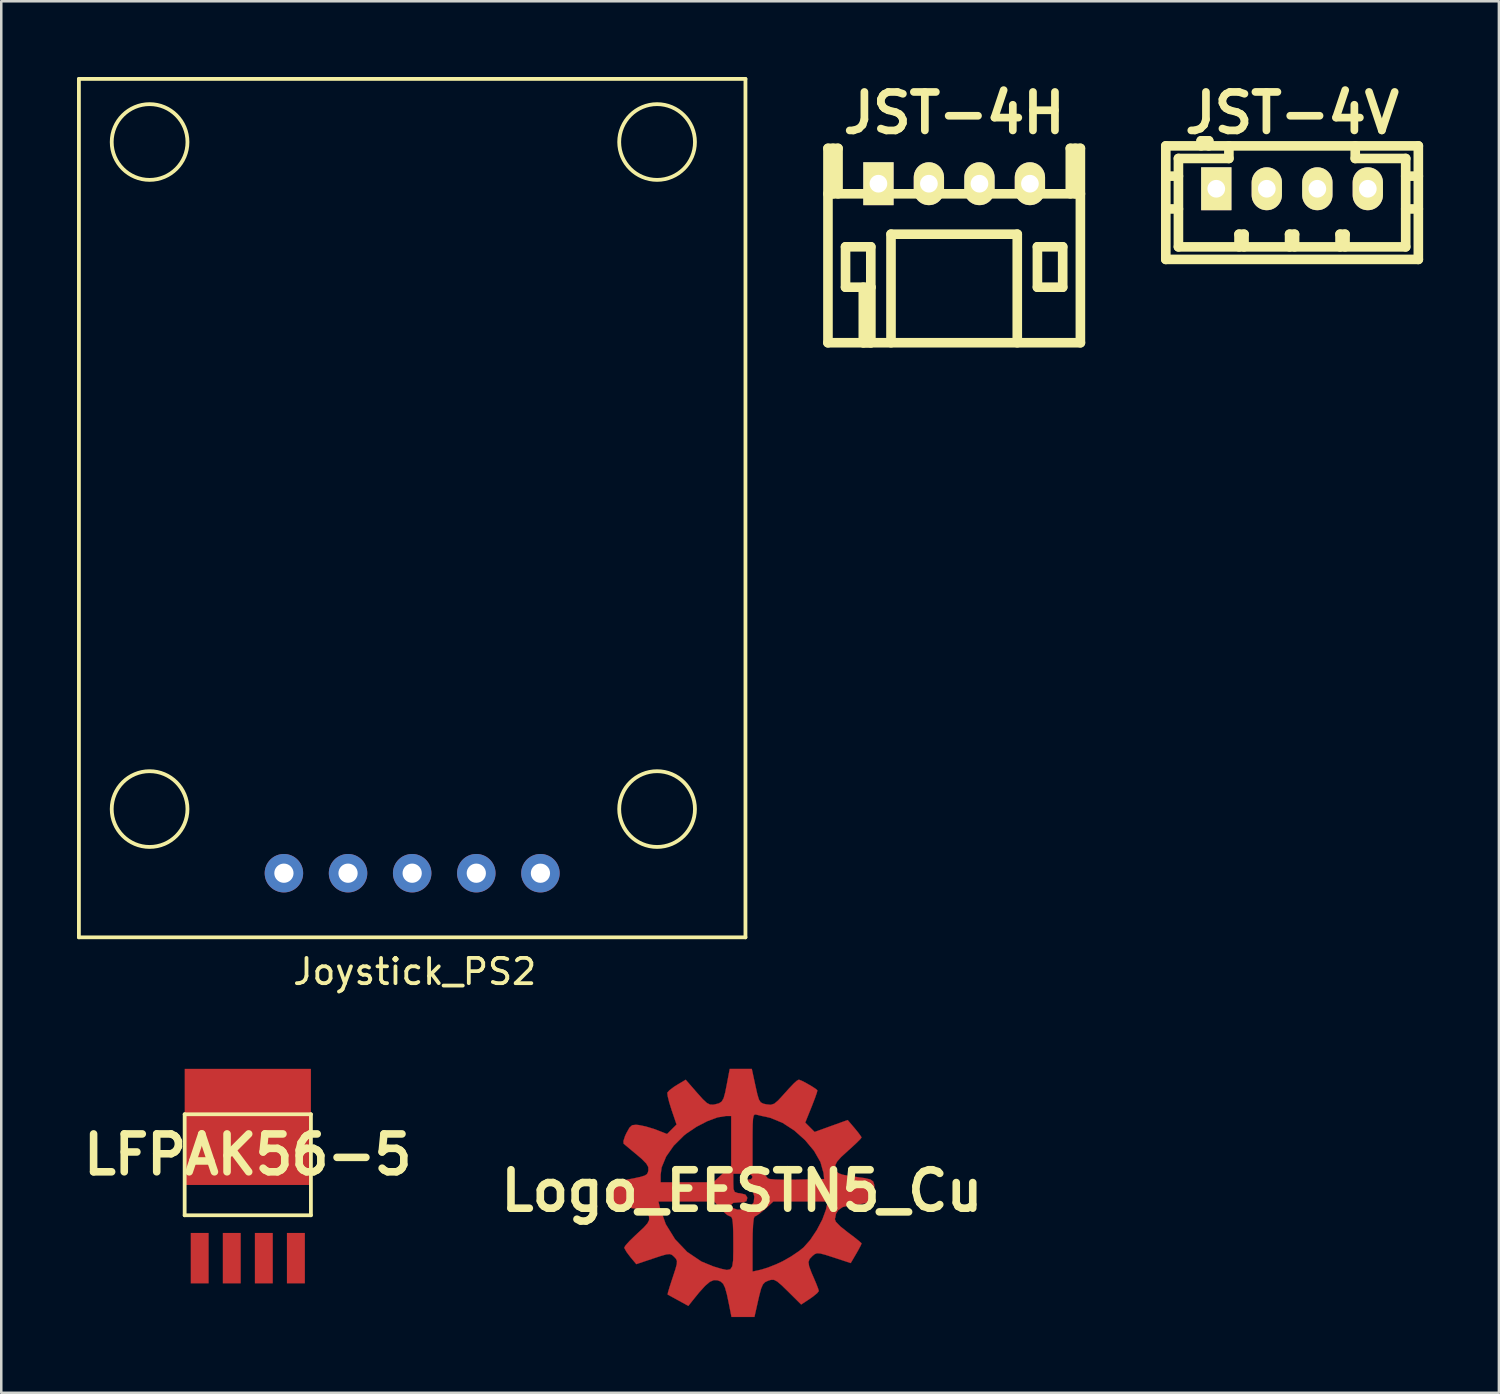
<source format=kicad_pcb>
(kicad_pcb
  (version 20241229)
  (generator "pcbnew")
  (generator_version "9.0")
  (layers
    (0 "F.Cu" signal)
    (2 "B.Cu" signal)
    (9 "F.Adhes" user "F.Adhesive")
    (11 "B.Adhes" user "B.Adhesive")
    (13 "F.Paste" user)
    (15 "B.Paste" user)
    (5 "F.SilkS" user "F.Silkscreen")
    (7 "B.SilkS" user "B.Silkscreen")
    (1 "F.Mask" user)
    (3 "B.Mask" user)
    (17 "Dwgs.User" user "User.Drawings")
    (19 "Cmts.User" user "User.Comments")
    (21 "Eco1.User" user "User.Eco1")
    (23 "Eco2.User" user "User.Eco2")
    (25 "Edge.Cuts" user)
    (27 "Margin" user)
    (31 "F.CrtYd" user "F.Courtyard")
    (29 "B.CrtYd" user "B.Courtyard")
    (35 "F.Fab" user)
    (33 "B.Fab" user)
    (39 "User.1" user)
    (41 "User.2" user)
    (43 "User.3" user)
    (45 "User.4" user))
  (footprint "JST-4V"
    (layer "F.Cu")
    (at 48.125 4.426)
    (property "Reference" "JST-4V" (at 0 -3 0) (layer "F.SilkS") (effects (font (size 1.524 1.524) (thickness 0.305))))
    (attr through_hole)
    (fp_line (start -5.001 -1.699) (end -5.001 2.799) (stroke (width 0.381) (type solid)) (layer "F.SilkS"))
    (fp_line (start -5.001 -1.699) (end 5.001 -1.699) (stroke (width 0.381) (type solid)) (layer "F.SilkS"))
    (fp_line (start -5.001 2.799) (end 5.001 2.799) (stroke (width 0.381) (type solid)) (layer "F.SilkS"))
    (fp_line (start -4.501 -1.199) (end -4.501 2.301) (stroke (width 0.381) (type solid)) (layer "F.SilkS"))
    (fp_line (start -4.501 -0.5) (end -5.001 -0.5) (stroke (width 0.381) (type solid)) (layer "F.SilkS"))
    (fp_line (start -4.501 0.8) (end -5.001 0.8) (stroke (width 0.381) (type solid)) (layer "F.SilkS"))
    (fp_line (start -3.602 -1.9) (end -3.602 -1.699) (stroke (width 0.381) (type solid)) (layer "F.SilkS"))
    (fp_line (start -3.302 -1.9) (end -3.602 -1.9) (stroke (width 0.381) (type solid)) (layer "F.SilkS"))
    (fp_line (start -3.302 -1.699) (end -3.302 -1.9) (stroke (width 0.381) (type solid)) (layer "F.SilkS"))
    (fp_line (start -2.502 -1.699) (end -2.502 -1.199) (stroke (width 0.381) (type solid)) (layer "F.SilkS"))
    (fp_line (start -2.502 -1.199) (end -4.501 -1.199) (stroke (width 0.381) (type solid)) (layer "F.SilkS"))
    (fp_line (start -2.101 1.801) (end -1.902 1.801) (stroke (width 0.381) (type solid)) (layer "F.SilkS"))
    (fp_line (start -2.101 2.301) (end -2.101 1.801) (stroke (width 0.381) (type solid)) (layer "F.SilkS"))
    (fp_line (start -1.902 1.801) (end -1.902 2.301) (stroke (width 0.381) (type solid)) (layer "F.SilkS"))
    (fp_line (start -0.099 1.801) (end 0.099 1.801) (stroke (width 0.381) (type solid)) (layer "F.SilkS"))
    (fp_line (start -0.099 2.301) (end -0.099 1.801) (stroke (width 0.381) (type solid)) (layer "F.SilkS"))
    (fp_line (start 0.099 1.801) (end 0.099 2.301) (stroke (width 0.381) (type solid)) (layer "F.SilkS"))
    (fp_line (start 1.9 1.801) (end 2.098 1.801) (stroke (width 0.381) (type solid)) (layer "F.SilkS"))
    (fp_line (start 1.9 2.301) (end 1.9 1.801) (stroke (width 0.381) (type solid)) (layer "F.SilkS"))
    (fp_line (start 2.098 1.801) (end 2.098 2.301) (stroke (width 0.381) (type solid)) (layer "F.SilkS"))
    (fp_line (start 2.502 -1.199) (end 2.502 -1.699) (stroke (width 0.381) (type solid)) (layer "F.SilkS"))
    (fp_line (start 4.501 -1.199) (end 2.502 -1.199) (stroke (width 0.381) (type solid)) (layer "F.SilkS"))
    (fp_line (start 4.501 0.8) (end 5.001 0.8) (stroke (width 0.381) (type solid)) (layer "F.SilkS"))
    (fp_line (start 4.501 2.301) (end -4.501 2.301) (stroke (width 0.381) (type solid)) (layer "F.SilkS"))
    (fp_line (start 4.501 2.301) (end 4.501 -1.199) (stroke (width 0.381) (type solid)) (layer "F.SilkS"))
    (fp_line (start 5.001 -1.699) (end 5.001 2.799) (stroke (width 0.381) (type solid)) (layer "F.SilkS"))
    (fp_line (start 5.001 -0.5) (end 4.501 -0.5) (stroke (width 0.381) (type solid)) (layer "F.SilkS"))
    (pad "1" thru_hole rect (at -3.002 0) (size 1.199 1.699) (drill 0.701) (layers "*.Cu" "*.Mask" "F.SilkS"))
    (pad "2" thru_hole oval (at -1.001 0) (size 1.199 1.699) (drill 0.701) (layers "*.Cu" "*.Mask" "F.SilkS"))
    (pad "3" thru_hole oval (at 1.001 0) (size 1.199 1.699) (drill 0.701) (layers "*.Cu" "*.Mask" "F.SilkS"))
    (pad "4" thru_hole oval (at 3 0) (size 1.199 1.699) (drill 0.701) (layers "*.Cu" "*.Mask" "F.SilkS")))
  (footprint "LFPAK56-5"
    (layer "F.Cu")
    (at 6.764 43.083)
    (property "Reference" "LFPAK56-5" (at 0 -0.4 0) (layer "F.SilkS") (effects (font (size 1.5 1.5) (thickness 0.3))))
    (attr through_hole)
    (fp_line (start -2.5 -2) (end -2.5 2) (stroke (width 0.15) (type solid)) (layer "F.SilkS"))
    (fp_line (start -2.5 2) (end 2.5 2) (stroke (width 0.15) (type solid)) (layer "F.SilkS"))
    (fp_line (start 2.5 -2) (end -2.5 -2) (stroke (width 0.15) (type solid)) (layer "F.SilkS"))
    (fp_line (start 2.5 -2) (end 2.5 2) (stroke (width 0.15) (type solid)) (layer "F.SilkS"))
    (pad "1" smd rect (at -1.905 3.7) (size 0.711 2) (layers "F.Cu" "F.Mask" "F.Paste"))
    (pad "2" smd rect (at -0.635 3.7) (size 0.711 2) (layers "F.Cu" "F.Mask" "F.Paste"))
    (pad "3" smd rect (at 0.635 3.7) (size 0.711 2) (layers "F.Cu" "F.Mask" "F.Paste"))
    (pad "4" smd rect (at 1.905 3.7) (size 0.711 2) (layers "F.Cu" "F.Mask" "F.Paste"))
    (pad "5" smd rect (at 0 -1.5) (size 5 4.6) (layers "F.Cu" "F.Mask" "F.Paste")))
  (footprint "Joystick_PS2"
    (layer "F.Cu")
    (at 13.275 31.535)
    (property "Reference" "Joystick_PS2" (at 0.1 3.9 0) (layer "F.SilkS") (effects (font (size 1 1) (thickness 0.15))))
    (attr through_hole)
    (fp_line (start -13.2 -31.46) (end -13.2 2.54) (stroke (width 0.15) (type solid)) (layer "F.SilkS"))
    (fp_line (start -13.2 2.54) (end 13.2 2.54) (stroke (width 0.15) (type solid)) (layer "F.SilkS"))
    (fp_line (start 13.2 -31.46) (end -13.2 -31.46) (stroke (width 0.15) (type solid)) (layer "F.SilkS"))
    (fp_line (start 13.2 2.54) (end 13.2 -31.46) (stroke (width 0.15) (type solid)) (layer "F.SilkS"))
    (fp_circle (center -10.4 -28.96) (end -8.9 -28.96) (stroke (width 0.15) (type solid)) (fill no) (layer "F.SilkS"))
    (fp_circle (center -10.4 -2.54) (end -8.9 -2.54) (stroke (width 0.15) (type solid)) (fill no) (layer "F.SilkS"))
    (fp_circle (center 9.7 -28.96) (end 11.2 -28.96) (stroke (width 0.15) (type solid)) (fill no) (layer "F.SilkS"))
    (fp_circle (center 9.7 -2.54) (end 11.2 -2.54) (stroke (width 0.15) (type solid)) (fill no) (layer "F.SilkS"))
    (pad "1" thru_hole circle (at -5.08 0) (size 1.524 1.524) (drill 0.762) (layers "*.Cu" "*.Mask"))
    (pad "2" thru_hole circle (at -2.54 0) (size 1.524 1.524) (drill 0.762) (layers "*.Cu" "*.Mask"))
    (pad "3" thru_hole circle (at 0 0) (size 1.524 1.524) (drill 0.762) (layers "*.Cu" "*.Mask"))
    (pad "4" thru_hole circle (at 2.54 0) (size 1.524 1.524) (drill 0.762) (layers "*.Cu" "*.Mask"))
    (pad "5" thru_hole circle (at 5.08 0) (size 1.524 1.524) (drill 0.762) (layers "*.Cu" "*.Mask")))
  (footprint "JST-4H"
    (layer "F.Cu")
    (at 34.742 4.226)
    (property "Reference" "JST-4H" (at 0 -2.799 0) (layer "F.SilkS") (effects (font (size 1.524 1.524) (thickness 0.305))))
    (attr through_hole)
    (fp_line (start -5.001 0.399) (end 5.001 0.399) (stroke (width 0.381) (type solid)) (layer "F.SilkS"))
    (fp_line (start -5.001 6.299) (end 5.001 6.299) (stroke (width 0.381) (type solid)) (layer "F.SilkS"))
    (fp_line (start -4.999 -1.4) (end -4.999 6.299) (stroke (width 0.381) (type solid)) (layer "F.SilkS"))
    (fp_line (start -4.798 -1.4) (end -4.798 0.399) (stroke (width 0.381) (type solid)) (layer "F.SilkS"))
    (fp_line (start -4.6 -1.4) (end -4.999 -1.4) (stroke (width 0.381) (type solid)) (layer "F.SilkS"))
    (fp_line (start -4.6 0.399) (end -4.6 -1.4) (stroke (width 0.381) (type solid)) (layer "F.SilkS"))
    (fp_line (start -4.303 2.499) (end -3.302 2.499) (stroke (width 0.381) (type solid)) (layer "F.SilkS"))
    (fp_line (start -4.303 4.1) (end -4.303 2.499) (stroke (width 0.381) (type solid)) (layer "F.SilkS"))
    (fp_line (start -3.599 6.299) (end -3.599 4.1) (stroke (width 0.381) (type solid)) (layer "F.SilkS"))
    (fp_line (start -3.302 2.499) (end -3.302 4.1) (stroke (width 0.381) (type solid)) (layer "F.SilkS"))
    (fp_line (start -3.302 4.1) (end -4.303 4.1) (stroke (width 0.381) (type solid)) (layer "F.SilkS"))
    (fp_line (start -3.299 4.1) (end -3.299 6.299) (stroke (width 0.381) (type solid)) (layer "F.SilkS"))
    (fp_line (start -3.299 6.299) (end -3.599 6.299) (stroke (width 0.381) (type solid)) (layer "F.SilkS"))
    (fp_line (start -2.502 1.999) (end -2.502 6.299) (stroke (width 0.381) (type solid)) (layer "F.SilkS"))
    (fp_line (start 2.499 1.999) (end -2.499 1.999) (stroke (width 0.381) (type solid)) (layer "F.SilkS"))
    (fp_line (start 2.499 1.999) (end 2.499 6.299) (stroke (width 0.381) (type solid)) (layer "F.SilkS"))
    (fp_line (start 3.297 2.499) (end 4.298 2.499) (stroke (width 0.381) (type solid)) (layer "F.SilkS"))
    (fp_line (start 3.297 4.1) (end 3.297 2.499) (stroke (width 0.381) (type solid)) (layer "F.SilkS"))
    (fp_line (start 4.298 2.499) (end 4.298 4.1) (stroke (width 0.381) (type solid)) (layer "F.SilkS"))
    (fp_line (start 4.298 4.1) (end 3.297 4.1) (stroke (width 0.381) (type solid)) (layer "F.SilkS"))
    (fp_line (start 4.6 -1.4) (end 4.6 0.399) (stroke (width 0.381) (type solid)) (layer "F.SilkS"))
    (fp_line (start 4.798 -1.4) (end 4.798 0.399) (stroke (width 0.381) (type solid)) (layer "F.SilkS"))
    (fp_line (start 4.999 -1.4) (end 4.6 -1.4) (stroke (width 0.381) (type solid)) (layer "F.SilkS"))
    (fp_line (start 4.999 6.299) (end 4.999 -1.4) (stroke (width 0.381) (type solid)) (layer "F.SilkS"))
    (pad "1" thru_hole rect (at -3 0) (size 1.199 1.699) (drill 0.701) (layers "*.Cu" "*.Mask" "F.SilkS"))
    (pad "2" thru_hole oval (at -1.001 0) (size 1.199 1.699) (drill 0.701) (layers "*.Cu" "*.Mask" "F.SilkS"))
    (pad "3" thru_hole oval (at 1.001 0) (size 1.199 1.699) (drill 0.701) (layers "*.Cu" "*.Mask" "F.SilkS"))
    (pad "4" thru_hole oval (at 3 0) (size 1.199 1.699) (drill 0.701) (layers "*.Cu" "*.Mask" "F.SilkS")))
  (footprint "Logo_EESTN5_Cu"
    (layer "F.Cu")
    (at 26.333 44.114)
    (property "Reference" "Logo_EESTN5_Cu" (at 0 0 0) (layer "F.SilkS") (effects (font (size 1.524 1.524) (thickness 0.3))))
    (attr through_hole)
    (fp_poly (pts (xy 0.539 -4.152) (xy 0.614 -3.819) (xy 0.676 -3.615) (xy 0.746 -3.505) (xy 0.847 -3.451) (xy 0.97 -3.424) (xy 1.145 -3.406) (xy 1.284 -3.45) (xy 1.439 -3.581) (xy 1.58 -3.734) (xy 1.859 -4.043) (xy 2.049 -4.244) (xy 2.171 -4.355) (xy 2.245 -4.397) (xy 2.265 -4.399) (xy 2.375 -4.357) (xy 2.561 -4.26) (xy 2.765 -4.142) (xy 2.928 -4.035) (xy 2.992 -3.977) (xy 2.969 -3.883) (xy 2.896 -3.674) (xy 2.787 -3.39) (xy 2.758 -3.317) (xy 2.51 -2.702) (xy 2.696 -2.516) (xy 2.881 -2.33) (xy 3.536 -2.567) (xy 4.191 -2.803) (xy 4.465 -2.481) (xy 4.623 -2.287) (xy 4.722 -2.148) (xy 4.74 -2.111) (xy 4.682 -2.036) (xy 4.524 -1.88) (xy 4.298 -1.671) (xy 4.202 -1.586) (xy 3.931 -1.337) (xy 3.773 -1.16) (xy 3.704 -1.024) (xy 3.702 -0.9) (xy 3.742 -0.78) (xy 3.827 -0.697) (xy 3.992 -0.637) (xy 4.27 -0.585) (xy 4.53 -0.549) (xy 4.877 -0.5) (xy 5.089 -0.449) (xy 5.2 -0.37) (xy 5.243 -0.237) (xy 5.249 -0.026) (xy 5.249 -0.001) (xy 5.249 0.409) (xy 4.822 0.501) (xy 4.531 0.555) (xy 4.279 0.588) (xy 4.193 0.593) (xy 3.992 0.645) (xy 3.814 0.768) (xy 3.727 0.913) (xy 3.725 0.93) (xy 3.698 1.069) (xy 3.681 1.118) (xy 3.724 1.23) (xy 3.901 1.411) (xy 4.189 1.64) (xy 4.445 1.833) (xy 4.638 1.987) (xy 4.736 2.077) (xy 4.741 2.087) (xy 4.702 2.178) (xy 4.602 2.364) (xy 4.527 2.495) (xy 4.312 2.862) (xy 3.642 2.642) (xy 3.312 2.536) (xy 3.102 2.481) (xy 2.971 2.474) (xy 2.879 2.512) (xy 2.798 2.579) (xy 2.684 2.698) (xy 2.639 2.82) (xy 2.663 2.987) (xy 2.758 3.242) (xy 2.836 3.421) (xy 2.948 3.684) (xy 3.025 3.885) (xy 3.048 3.97) (xy 2.983 4.054) (xy 2.818 4.189) (xy 2.699 4.273) (xy 2.349 4.504) (xy 1.827 3.986) (xy 1.571 3.737) (xy 1.398 3.591) (xy 1.272 3.526) (xy 1.159 3.525) (xy 1.053 3.556) (xy 0.925 3.614) (xy 0.835 3.706) (xy 0.763 3.871) (xy 0.69 4.147) (xy 0.65 4.319) (xy 0.498 4.995) (xy -0.411 4.995) (xy -0.507 4.508) (xy -0.591 4.108) (xy -0.664 3.844) (xy -0.741 3.683) (xy -0.838 3.593) (xy -0.964 3.545) (xy -1.109 3.537) (xy -1.265 3.603) (xy -1.452 3.761) (xy -1.693 4.027) (xy -1.951 4.346) (xy -2.119 4.559) (xy -2.52 4.339) (xy -2.746 4.215) (xy -2.9 4.13) (xy -2.941 4.107) (xy -2.926 4.027) (xy -2.867 3.825) (xy -2.775 3.54) (xy -2.74 3.436) (xy -2.633 3.11) (xy -2.578 2.905) (xy -2.571 2.779) (xy -2.611 2.692) (xy -2.68 2.616) (xy -2.766 2.539) (xy -2.855 2.506) (xy -2.989 2.518) (xy -3.206 2.579) (xy -3.511 2.68) (xy -4.181 2.905) (xy -4.419 2.62) (xy -4.565 2.426) (xy -4.649 2.279) (xy -4.657 2.247) (xy -4.599 2.153) (xy -4.442 1.981) (xy -4.217 1.763) (xy -4.142 1.693) (xy -3.884 1.453) (xy -3.736 1.286) (xy -3.673 1.159) (xy -3.675 1.038) (xy -3.682 1.005) (xy -3.722 0.896) (xy -3.799 0.82) (xy -3.947 0.763) (xy -4.203 0.71) (xy -4.473 0.666) (xy -5.207 0.55) (xy -5.214 0.423) (xy -3.305 0.423) (xy -3.25 0.656) (xy -3.013 1.323) (xy -2.645 1.919) (xy -2.167 2.42) (xy -1.603 2.801) (xy -1.133 2.994) (xy -0.815 3.09) (xy -0.596 3.136) (xy -0.457 3.109) (xy -0.38 2.99) (xy -0.346 2.758) (xy -0.339 2.39) (xy -0.339 2.108) (xy 0.423 2.108) (xy 0.423 3.199) (xy 0.768 3.122) (xy 1.032 3.04) (xy 1.362 2.909) (xy 1.617 2.79) (xy 1.944 2.604) (xy 2.263 2.389) (xy 2.445 2.243) (xy 2.707 1.947) (xy 2.967 1.557) (xy 3.187 1.138) (xy 3.328 0.756) (xy 3.342 0.699) (xy 3.4 0.423) (xy 1.248 0.423) (xy 0.92 0.72) (xy 0.719 0.888) (xy 0.562 0.995) (xy 0.508 1.016) (xy 0.472 1.098) (xy 0.445 1.33) (xy 0.428 1.695) (xy 0.423 2.108) (xy -0.339 2.108) (xy -0.339 2.074) (xy -0.342 1.62) (xy -0.355 1.311) (xy -0.378 1.124) (xy -0.417 1.034) (xy -0.457 1.016) (xy -0.58 0.957) (xy -0.754 0.806) (xy -0.835 0.72) (xy -0.98 0.555) (xy -0.423 0.555) (xy -0.353 0.684) (xy -0.177 0.747) (xy 0.052 0.739) (xy 0.282 0.654) (xy 0.325 0.627) (xy 0.468 0.466) (xy 0.493 0.235) (xy 0.492 0.225) (xy 0.44 0.025) (xy 0.301 -0.085) (xy 0.191 -0.123) (xy -0.015 -0.219) (xy -0.079 -0.322) (xy 0.001 -0.4) (xy 0.169 -0.423) (xy 0.371 -0.461) (xy 0.423 -0.55) (xy 0.373 -0.634) (xy 0.204 -0.672) (xy 0.042 -0.677) (xy -0.339 -0.677) (xy -0.339 -0.302) (xy -0.331 -0.069) (xy -0.283 0.045) (xy -0.163 0.089) (xy -0.064 0.1) (xy 0.136 0.147) (xy 0.209 0.252) (xy 0.212 0.296) (xy 0.183 0.409) (xy 0.067 0.453) (xy -0.106 0.456) (xy -0.339 0.476) (xy -0.423 0.551) (xy -0.423 0.555) (xy -0.98 0.555) (xy -1.095 0.423) (xy -3.305 0.423) (xy -5.214 0.423) (xy -5.232 0.122) (xy -5.257 -0.306) (xy -4.682 -0.416) (xy -4.276 -0.494) (xy -4.007 -0.553) (xy -3.845 -0.604) (xy -3.794 -0.638) (xy -3.217 -0.638) (xy -3.217 -0.339) (xy -1.129 -0.339) (xy -0.776 -0.664) (xy -0.423 -0.99) (xy -0.423 -2.002) (xy 0.423 -2.002) (xy 0.423 -0.945) (xy 0.72 -0.762) (xy 0.905 -0.63) (xy 1.008 -0.521) (xy 1.016 -0.499) (xy 1.097 -0.468) (xy 1.324 -0.447) (xy 1.675 -0.438) (xy 2.128 -0.442) (xy 2.138 -0.442) (xy 3.26 -0.466) (xy 3.233 -0.712) (xy 3.113 -1.139) (xy 2.86 -1.581) (xy 2.505 -2.007) (xy 2.08 -2.387) (xy 1.614 -2.69) (xy 1.139 -2.886) (xy 1.013 -2.917) (xy 0.769 -2.969) (xy 0.578 -3.016) (xy 0.572 -3.018) (xy 0.51 -3.022) (xy 0.468 -2.976) (xy 0.442 -2.853) (xy 0.429 -2.629) (xy 0.424 -2.276) (xy 0.423 -2.002) (xy -0.423 -2.002) (xy -0.423 -2.963) (xy -0.632 -2.963) (xy -0.962 -2.908) (xy -1.366 -2.759) (xy -1.794 -2.537) (xy -2.197 -2.266) (xy -2.292 -2.19) (xy -2.698 -1.787) (xy -3 -1.355) (xy -3.178 -0.925) (xy -3.217 -0.638) (xy -3.794 -0.638) (xy -3.76 -0.66) (xy -3.721 -0.733) (xy -3.703 -0.811) (xy -3.707 -0.942) (xy -3.786 -1.081) (xy -3.966 -1.263) (xy -4.139 -1.412) (xy -4.382 -1.614) (xy -4.575 -1.776) (xy -4.681 -1.865) (xy -4.685 -1.868) (xy -4.691 -1.971) (xy -4.628 -2.166) (xy -4.573 -2.284) (xy -4.452 -2.5) (xy -4.345 -2.598) (xy -4.195 -2.615) (xy -4.079 -2.604) (xy -3.807 -2.548) (xy -3.487 -2.452) (xy -3.365 -2.407) (xy -2.963 -2.249) (xy -2.586 -2.625) (xy -2.785 -3.208) (xy -2.878 -3.507) (xy -2.938 -3.748) (xy -2.953 -3.883) (xy -2.951 -3.888) (xy -2.865 -3.985) (xy -2.681 -4.123) (xy -2.571 -4.192) (xy -2.224 -4.399) (xy -1.776 -3.885) (xy -1.546 -3.628) (xy -1.386 -3.479) (xy -1.26 -3.415) (xy -1.132 -3.412) (xy -1.071 -3.422) (xy -0.909 -3.464) (xy -0.8 -3.533) (xy -0.723 -3.666) (xy -0.659 -3.898) (xy -0.592 -4.239) (xy -0.481 -4.826) (xy 0.394 -4.826) (xy 0.539 -4.152)) (stroke (width 0.01) (type solid)) (fill yes) (layer "F.Cu"))
    (fp_poly (pts (xy -1.258 -2.272) (xy -1.128 -2.225) (xy -1.101 -2.159) (xy -1.165 -2.065) (xy -1.37 -2.032) (xy -1.397 -2.032) (xy -1.616 -2.004) (xy -1.693 -1.917) (xy -1.693 -1.905) (xy -1.618 -1.804) (xy -1.439 -1.778) (xy -1.238 -1.74) (xy -1.185 -1.651) (xy -1.261 -1.55) (xy -1.439 -1.524) (xy -1.621 -1.501) (xy -1.687 -1.404) (xy -1.693 -1.312) (xy -1.671 -1.169) (xy -1.572 -1.111) (xy -1.397 -1.101) (xy -1.178 -1.073) (xy -1.101 -0.985) (xy -1.101 -0.974) (xy -1.146 -0.894) (xy -1.303 -0.855) (xy -1.524 -0.847) (xy -1.947 -0.847) (xy -1.947 -2.286) (xy -1.524 -2.286) (xy -1.258 -2.272)) (stroke (width 0.01) (type solid)) (fill yes) (layer "F.Mask"))
    (fp_poly (pts (xy 1.706 -2.272) (xy 1.836 -2.225) (xy 1.863 -2.159) (xy 1.798 -2.065) (xy 1.593 -2.032) (xy 1.566 -2.032) (xy 1.347 -2.004) (xy 1.271 -1.917) (xy 1.27 -1.905) (xy 1.346 -1.804) (xy 1.524 -1.778) (xy 1.726 -1.74) (xy 1.778 -1.651) (xy 1.702 -1.55) (xy 1.524 -1.524) (xy 1.342 -1.501) (xy 1.276 -1.404) (xy 1.27 -1.312) (xy 1.292 -1.169) (xy 1.392 -1.111) (xy 1.566 -1.101) (xy 1.786 -1.073) (xy 1.862 -0.985) (xy 1.863 -0.974) (xy 1.817 -0.894) (xy 1.66 -0.855) (xy 1.439 -0.847) (xy 1.016 -0.847) (xy 1.016 -2.286) (xy 1.439 -2.286) (xy 1.706 -2.272)) (stroke (width 0.01) (type solid)) (fill yes) (layer "F.Mask"))
    (fp_poly (pts (xy 1.79 1.024) (xy 1.962 1.055) (xy 2.028 1.114) (xy 2.032 1.143) (xy 1.958 1.245) (xy 1.82 1.27) (xy 1.71 1.279) (xy 1.646 1.329) (xy 1.617 1.459) (xy 1.609 1.705) (xy 1.609 1.863) (xy 1.601 2.185) (xy 1.574 2.369) (xy 1.521 2.447) (xy 1.482 2.455) (xy 1.413 2.42) (xy 1.373 2.295) (xy 1.357 2.048) (xy 1.355 1.863) (xy 1.352 1.553) (xy 1.333 1.376) (xy 1.287 1.294) (xy 1.199 1.271) (xy 1.143 1.27) (xy 0.973 1.226) (xy 0.931 1.143) (xy 0.968 1.072) (xy 1.099 1.032) (xy 1.357 1.017) (xy 1.482 1.016) (xy 1.79 1.024)) (stroke (width 0.01) (type solid)) (fill yes) (layer "F.Mask"))
    (fp_poly (pts (xy -1.224 0.994) (xy -1.119 1.107) (xy -1.117 1.117) (xy -1.125 1.208) (xy -1.223 1.232) (xy -1.403 1.21) (xy -1.608 1.19) (xy -1.682 1.225) (xy -1.677 1.278) (xy -1.575 1.409) (xy -1.463 1.485) (xy -1.163 1.682) (xy -1.027 1.887) (xy -1.058 2.094) (xy -1.171 2.231) (xy -1.349 2.323) (xy -1.584 2.369) (xy -1.797 2.359) (xy -1.891 2.314) (xy -1.956 2.184) (xy -1.87 2.095) (xy -1.651 2.064) (xy -1.63 2.065) (xy -1.396 2.042) (xy -1.318 1.965) (xy -1.396 1.847) (xy -1.609 1.714) (xy -1.845 1.537) (xy -1.932 1.331) (xy -1.863 1.121) (xy -1.814 1.064) (xy -1.637 0.968) (xy -1.418 0.946) (xy -1.224 0.994)) (stroke (width 0.01) (type solid)) (fill yes) (layer "F.Mask")))
  (gr_rect
    (start -3 -3)
    (end 56.317 52.115)
    (stroke (width 0.1) (type default))
    (fill no)
    (layer "Edge.Cuts")))
</source>
